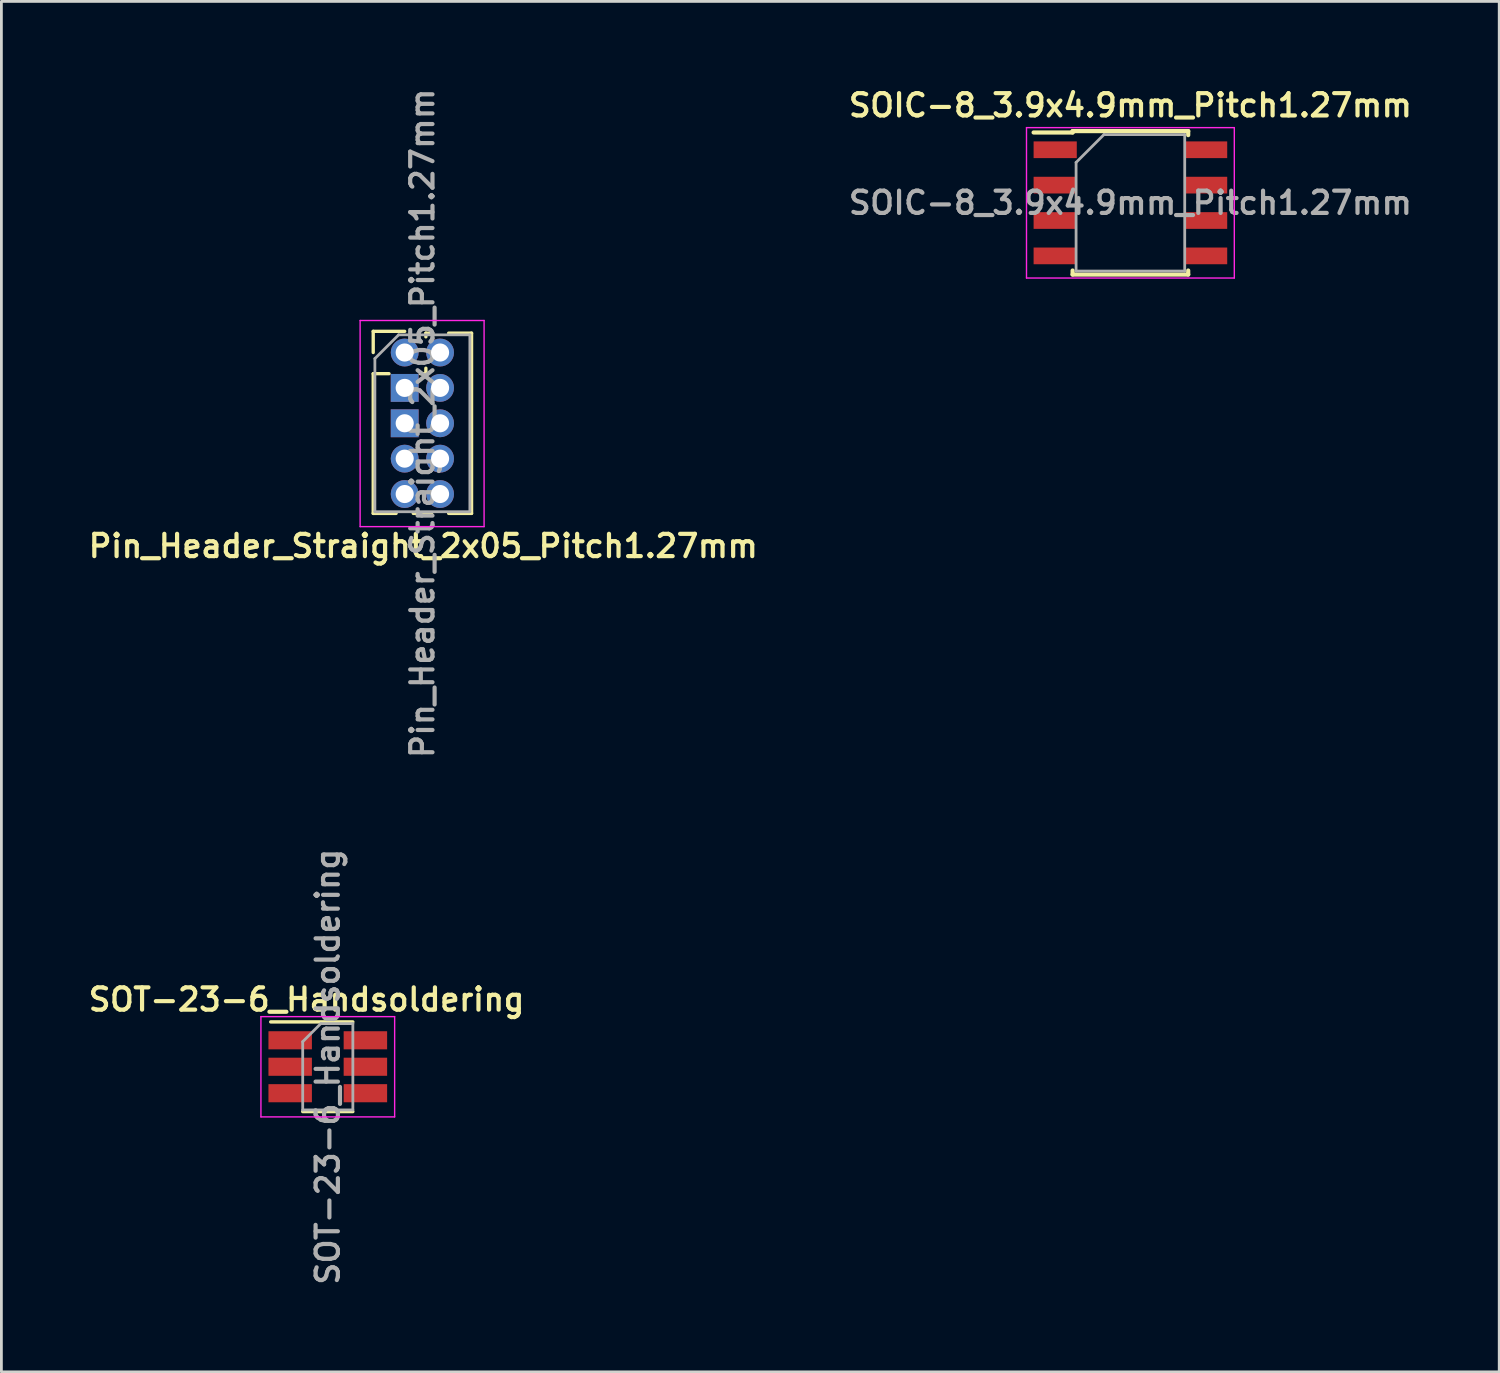
<source format=kicad_pcb>
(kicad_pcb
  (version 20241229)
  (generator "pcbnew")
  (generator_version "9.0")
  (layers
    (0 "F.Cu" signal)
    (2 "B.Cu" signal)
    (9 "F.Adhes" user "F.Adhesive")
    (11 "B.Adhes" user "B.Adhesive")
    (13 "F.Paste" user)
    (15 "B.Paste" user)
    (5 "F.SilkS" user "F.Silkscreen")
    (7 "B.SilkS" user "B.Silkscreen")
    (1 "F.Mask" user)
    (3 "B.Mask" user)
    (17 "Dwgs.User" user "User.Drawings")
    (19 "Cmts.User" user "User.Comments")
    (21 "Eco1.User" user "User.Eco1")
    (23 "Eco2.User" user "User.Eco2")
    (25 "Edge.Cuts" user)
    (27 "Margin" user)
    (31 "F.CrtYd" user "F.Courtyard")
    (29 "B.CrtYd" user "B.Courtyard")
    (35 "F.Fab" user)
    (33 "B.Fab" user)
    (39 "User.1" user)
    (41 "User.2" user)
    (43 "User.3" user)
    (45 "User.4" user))
  (footprint "Pin_Header_Straight_2x05_Pitch1.27mm"
    (layer "F.Cu")
    (at 11.478 9.605)
    (property "Reference" "Pin_Header_Straight_2x05_Pitch1.27mm" (at 0.667 6.946 0) (layer "F.SilkS") (effects (font (size 0.8 0.8) (thickness 0.15))))
    (attr through_hole)
    (fp_line (start -1.13 -0.76) (end 0 -0.76) (stroke (width 0.12) (type solid)) (layer "F.SilkS"))
    (fp_line (start -1.13 0) (end -1.13 -0.76) (stroke (width 0.12) (type solid)) (layer "F.SilkS"))
    (fp_line (start -1.13 0.76) (end -1.13 5.775) (stroke (width 0.12) (type solid)) (layer "F.SilkS"))
    (fp_line (start -1.13 0.76) (end -0.563 0.76) (stroke (width 0.12) (type solid)) (layer "F.SilkS"))
    (fp_line (start -1.13 5.775) (end -0.308 5.775) (stroke (width 0.12) (type solid)) (layer "F.SilkS"))
    (fp_line (start 0.308 5.775) (end 0.962 5.775) (stroke (width 0.12) (type solid)) (layer "F.SilkS"))
    (fp_line (start 0.563 0.76) (end 0.707 0.76) (stroke (width 0.12) (type solid)) (layer "F.SilkS"))
    (fp_line (start 0.76 -0.695) (end 0.962 -0.695) (stroke (width 0.12) (type solid)) (layer "F.SilkS"))
    (fp_line (start 0.76 -0.563) (end 0.76 -0.695) (stroke (width 0.12) (type solid)) (layer "F.SilkS"))
    (fp_line (start 0.76 0.707) (end 0.76 0.563) (stroke (width 0.12) (type solid)) (layer "F.SilkS"))
    (fp_line (start 1.578 -0.695) (end 2.4 -0.695) (stroke (width 0.12) (type solid)) (layer "F.SilkS"))
    (fp_line (start 1.578 5.775) (end 2.4 5.775) (stroke (width 0.12) (type solid)) (layer "F.SilkS"))
    (fp_line (start 2.4 -0.695) (end 2.4 5.775) (stroke (width 0.12) (type solid)) (layer "F.SilkS"))
    (fp_line (start -1.6 -1.15) (end -1.6 6.25) (stroke (width 0.05) (type solid)) (layer "F.CrtYd"))
    (fp_line (start -1.6 6.25) (end 2.85 6.25) (stroke (width 0.05) (type solid)) (layer "F.CrtYd"))
    (fp_line (start 2.85 -1.15) (end -1.6 -1.15) (stroke (width 0.05) (type solid)) (layer "F.CrtYd"))
    (fp_line (start 2.85 6.25) (end 2.85 -1.15) (stroke (width 0.05) (type solid)) (layer "F.CrtYd"))
    (fp_line (start -1.07 0.217) (end -0.217 -0.635) (stroke (width 0.1) (type solid)) (layer "F.Fab"))
    (fp_line (start -1.07 5.715) (end -1.07 0.217) (stroke (width 0.1) (type solid)) (layer "F.Fab"))
    (fp_line (start -0.217 -0.635) (end 2.34 -0.635) (stroke (width 0.1) (type solid)) (layer "F.Fab"))
    (fp_line (start 2.34 -0.635) (end 2.34 5.715) (stroke (width 0.1) (type solid)) (layer "F.Fab"))
    (fp_line (start 2.34 5.715) (end -1.07 5.715) (stroke (width 0.1) (type solid)) (layer "F.Fab"))
    (fp_text user "${REFERENCE}" (at 0.635 2.54 90) (layer "F.Fab") (effects (font (size 0.8 0.8) (thickness 0.15))))
    (pad "1" thru_hole circle (at 0 0) (size 1 1) (drill 0.65) (layers "*.Cu" "*.Mask"))
    (pad "2" thru_hole oval (at 1.27 0) (size 1 1) (drill 0.65) (layers "*.Cu" "*.Mask"))
    (pad "3" thru_hole rect (at 0 1.27) (size 1 1) (drill 0.65) (layers "*.Cu" "*.Mask"))
    (pad "4" thru_hole oval (at 1.27 1.27) (size 1 1) (drill 0.65) (layers "*.Cu" "*.Mask"))
    (pad "5" thru_hole rect (at 0 2.54) (size 1 1) (drill 0.65) (layers "*.Cu" "*.Mask"))
    (pad "6" thru_hole oval (at 1.27 2.54) (size 1 1) (drill 0.65) (layers "*.Cu" "*.Mask"))
    (pad "7" thru_hole oval (at 0 3.81) (size 1 1) (drill 0.65) (layers "*.Cu" "*.Mask"))
    (pad "8" thru_hole oval (at 1.27 3.81) (size 1 1) (drill 0.65) (layers "*.Cu" "*.Mask"))
    (pad "9" thru_hole oval (at 0 5.08) (size 1 1) (drill 0.65) (layers "*.Cu" "*.Mask"))
    (pad "10" thru_hole oval (at 1.27 5.08) (size 1 1) (drill 0.65) (layers "*.Cu" "*.Mask")))
  (footprint "SOIC-8_3.9x4.9mm_Pitch1.27mm"
    (layer "F.Cu")
    (at 37.53 4.231)
    (property "Reference" "SOIC-8_3.9x4.9mm_Pitch1.27mm" (at 0 -3.5 0) (layer "F.SilkS") (effects (font (size 0.8 0.8) (thickness 0.15))))
    (attr smd)
    (fp_line (start -2.075 -2.575) (end -2.075 -2.525) (stroke (width 0.15) (type solid)) (layer "F.SilkS"))
    (fp_line (start -2.075 -2.575) (end 2.075 -2.575) (stroke (width 0.15) (type solid)) (layer "F.SilkS"))
    (fp_line (start -2.075 -2.525) (end -3.475 -2.525) (stroke (width 0.15) (type solid)) (layer "F.SilkS"))
    (fp_line (start -2.075 2.575) (end -2.075 2.43) (stroke (width 0.15) (type solid)) (layer "F.SilkS"))
    (fp_line (start -2.075 2.575) (end 2.075 2.575) (stroke (width 0.15) (type solid)) (layer "F.SilkS"))
    (fp_line (start 2.075 -2.575) (end 2.075 -2.43) (stroke (width 0.15) (type solid)) (layer "F.SilkS"))
    (fp_line (start 2.075 2.575) (end 2.075 2.43) (stroke (width 0.15) (type solid)) (layer "F.SilkS"))
    (fp_line (start -3.73 -2.7) (end -3.73 2.7) (stroke (width 0.05) (type solid)) (layer "F.CrtYd"))
    (fp_line (start -3.73 -2.7) (end 3.73 -2.7) (stroke (width 0.05) (type solid)) (layer "F.CrtYd"))
    (fp_line (start -3.73 2.7) (end 3.73 2.7) (stroke (width 0.05) (type solid)) (layer "F.CrtYd"))
    (fp_line (start 3.73 -2.7) (end 3.73 2.7) (stroke (width 0.05) (type solid)) (layer "F.CrtYd"))
    (fp_line (start -1.95 -1.45) (end -0.95 -2.45) (stroke (width 0.1) (type solid)) (layer "F.Fab"))
    (fp_line (start -1.95 2.45) (end -1.95 -1.45) (stroke (width 0.1) (type solid)) (layer "F.Fab"))
    (fp_line (start -0.95 -2.45) (end 1.95 -2.45) (stroke (width 0.1) (type solid)) (layer "F.Fab"))
    (fp_line (start 1.95 -2.45) (end 1.95 2.45) (stroke (width 0.1) (type solid)) (layer "F.Fab"))
    (fp_line (start 1.95 2.45) (end -1.95 2.45) (stroke (width 0.1) (type solid)) (layer "F.Fab"))
    (fp_text user "${REFERENCE}" (at 0 0 0) (layer "F.Fab") (effects (font (size 0.8 0.8) (thickness 0.15))))
    (pad "1" smd rect (at -2.7 -1.905) (size 1.55 0.6) (layers "F.Cu" "F.Mask" "F.Paste"))
    (pad "2" smd rect (at -2.7 -0.635) (size 1.55 0.6) (layers "F.Cu" "F.Mask" "F.Paste"))
    (pad "3" smd rect (at -2.7 0.635) (size 1.55 0.6) (layers "F.Cu" "F.Mask" "F.Paste"))
    (pad "4" smd rect (at -2.7 1.905) (size 1.55 0.6) (layers "F.Cu" "F.Mask" "F.Paste"))
    (pad "5" smd rect (at 2.7 1.905) (size 1.55 0.6) (layers "F.Cu" "F.Mask" "F.Paste"))
    (pad "6" smd rect (at 2.7 0.635) (size 1.55 0.6) (layers "F.Cu" "F.Mask" "F.Paste"))
    (pad "7" smd rect (at 2.7 -0.635) (size 1.55 0.6) (layers "F.Cu" "F.Mask" "F.Paste"))
    (pad "8" smd rect (at 2.7 -1.905) (size 1.55 0.6) (layers "F.Cu" "F.Mask" "F.Paste")))
  (footprint "SOT-23-6_Handsoldering"
    (layer "F.Cu")
    (at 8.717 35.245)
    (property "Reference" "SOT-23-6_Handsoldering" (at -0.762 -2.413 180) (layer "F.SilkS") (effects (font (size 0.8 0.8) (thickness 0.15))))
    (attr smd)
    (fp_line (start -0.9 1.61) (end 0.9 1.61) (stroke (width 0.12) (type solid)) (layer "F.SilkS"))
    (fp_line (start 0.9 -1.61) (end -2.05 -1.61) (stroke (width 0.12) (type solid)) (layer "F.SilkS"))
    (fp_line (start -2.4 -1.8) (end 2.4 -1.8) (stroke (width 0.05) (type solid)) (layer "F.CrtYd"))
    (fp_line (start -2.4 1.8) (end -2.4 -1.8) (stroke (width 0.05) (type solid)) (layer "F.CrtYd"))
    (fp_line (start 2.4 -1.8) (end 2.4 1.8) (stroke (width 0.05) (type solid)) (layer "F.CrtYd"))
    (fp_line (start 2.4 1.8) (end -2.4 1.8) (stroke (width 0.05) (type solid)) (layer "F.CrtYd"))
    (fp_line (start -0.9 -0.9) (end -0.9 1.55) (stroke (width 0.1) (type solid)) (layer "F.Fab"))
    (fp_line (start -0.9 -0.9) (end -0.25 -1.55) (stroke (width 0.1) (type solid)) (layer "F.Fab"))
    (fp_line (start 0.9 -1.55) (end -0.25 -1.55) (stroke (width 0.1) (type solid)) (layer "F.Fab"))
    (fp_line (start 0.9 -1.55) (end 0.9 1.55) (stroke (width 0.1) (type solid)) (layer "F.Fab"))
    (fp_line (start 0.9 1.55) (end -0.9 1.55) (stroke (width 0.1) (type solid)) (layer "F.Fab"))
    (fp_text user "${REFERENCE}" (at 0 0 90) (layer "F.Fab") (effects (font (size 0.8 0.8) (thickness 0.15))))
    (pad "1" smd rect (at -1.35 -0.95) (size 1.56 0.65) (layers "F.Cu" "F.Mask" "F.Paste"))
    (pad "2" smd rect (at -1.35 0) (size 1.56 0.65) (layers "F.Cu" "F.Mask" "F.Paste"))
    (pad "3" smd rect (at -1.35 0.95) (size 1.56 0.65) (layers "F.Cu" "F.Mask" "F.Paste"))
    (pad "4" smd rect (at 1.35 0.95) (size 1.56 0.65) (layers "F.Cu" "F.Mask" "F.Paste"))
    (pad "5" smd rect (at 1.35 0) (size 1.56 0.65) (layers "F.Cu" "F.Mask" "F.Paste"))
    (pad "6" smd rect (at 1.35 -0.95) (size 1.56 0.65) (layers "F.Cu" "F.Mask" "F.Paste")))
  (gr_rect
    (start -3 -3)
    (end 50.77 46.199)
    (stroke (width 0.1) (type default))
    (fill no)
    (layer "Edge.Cuts")))
</source>
